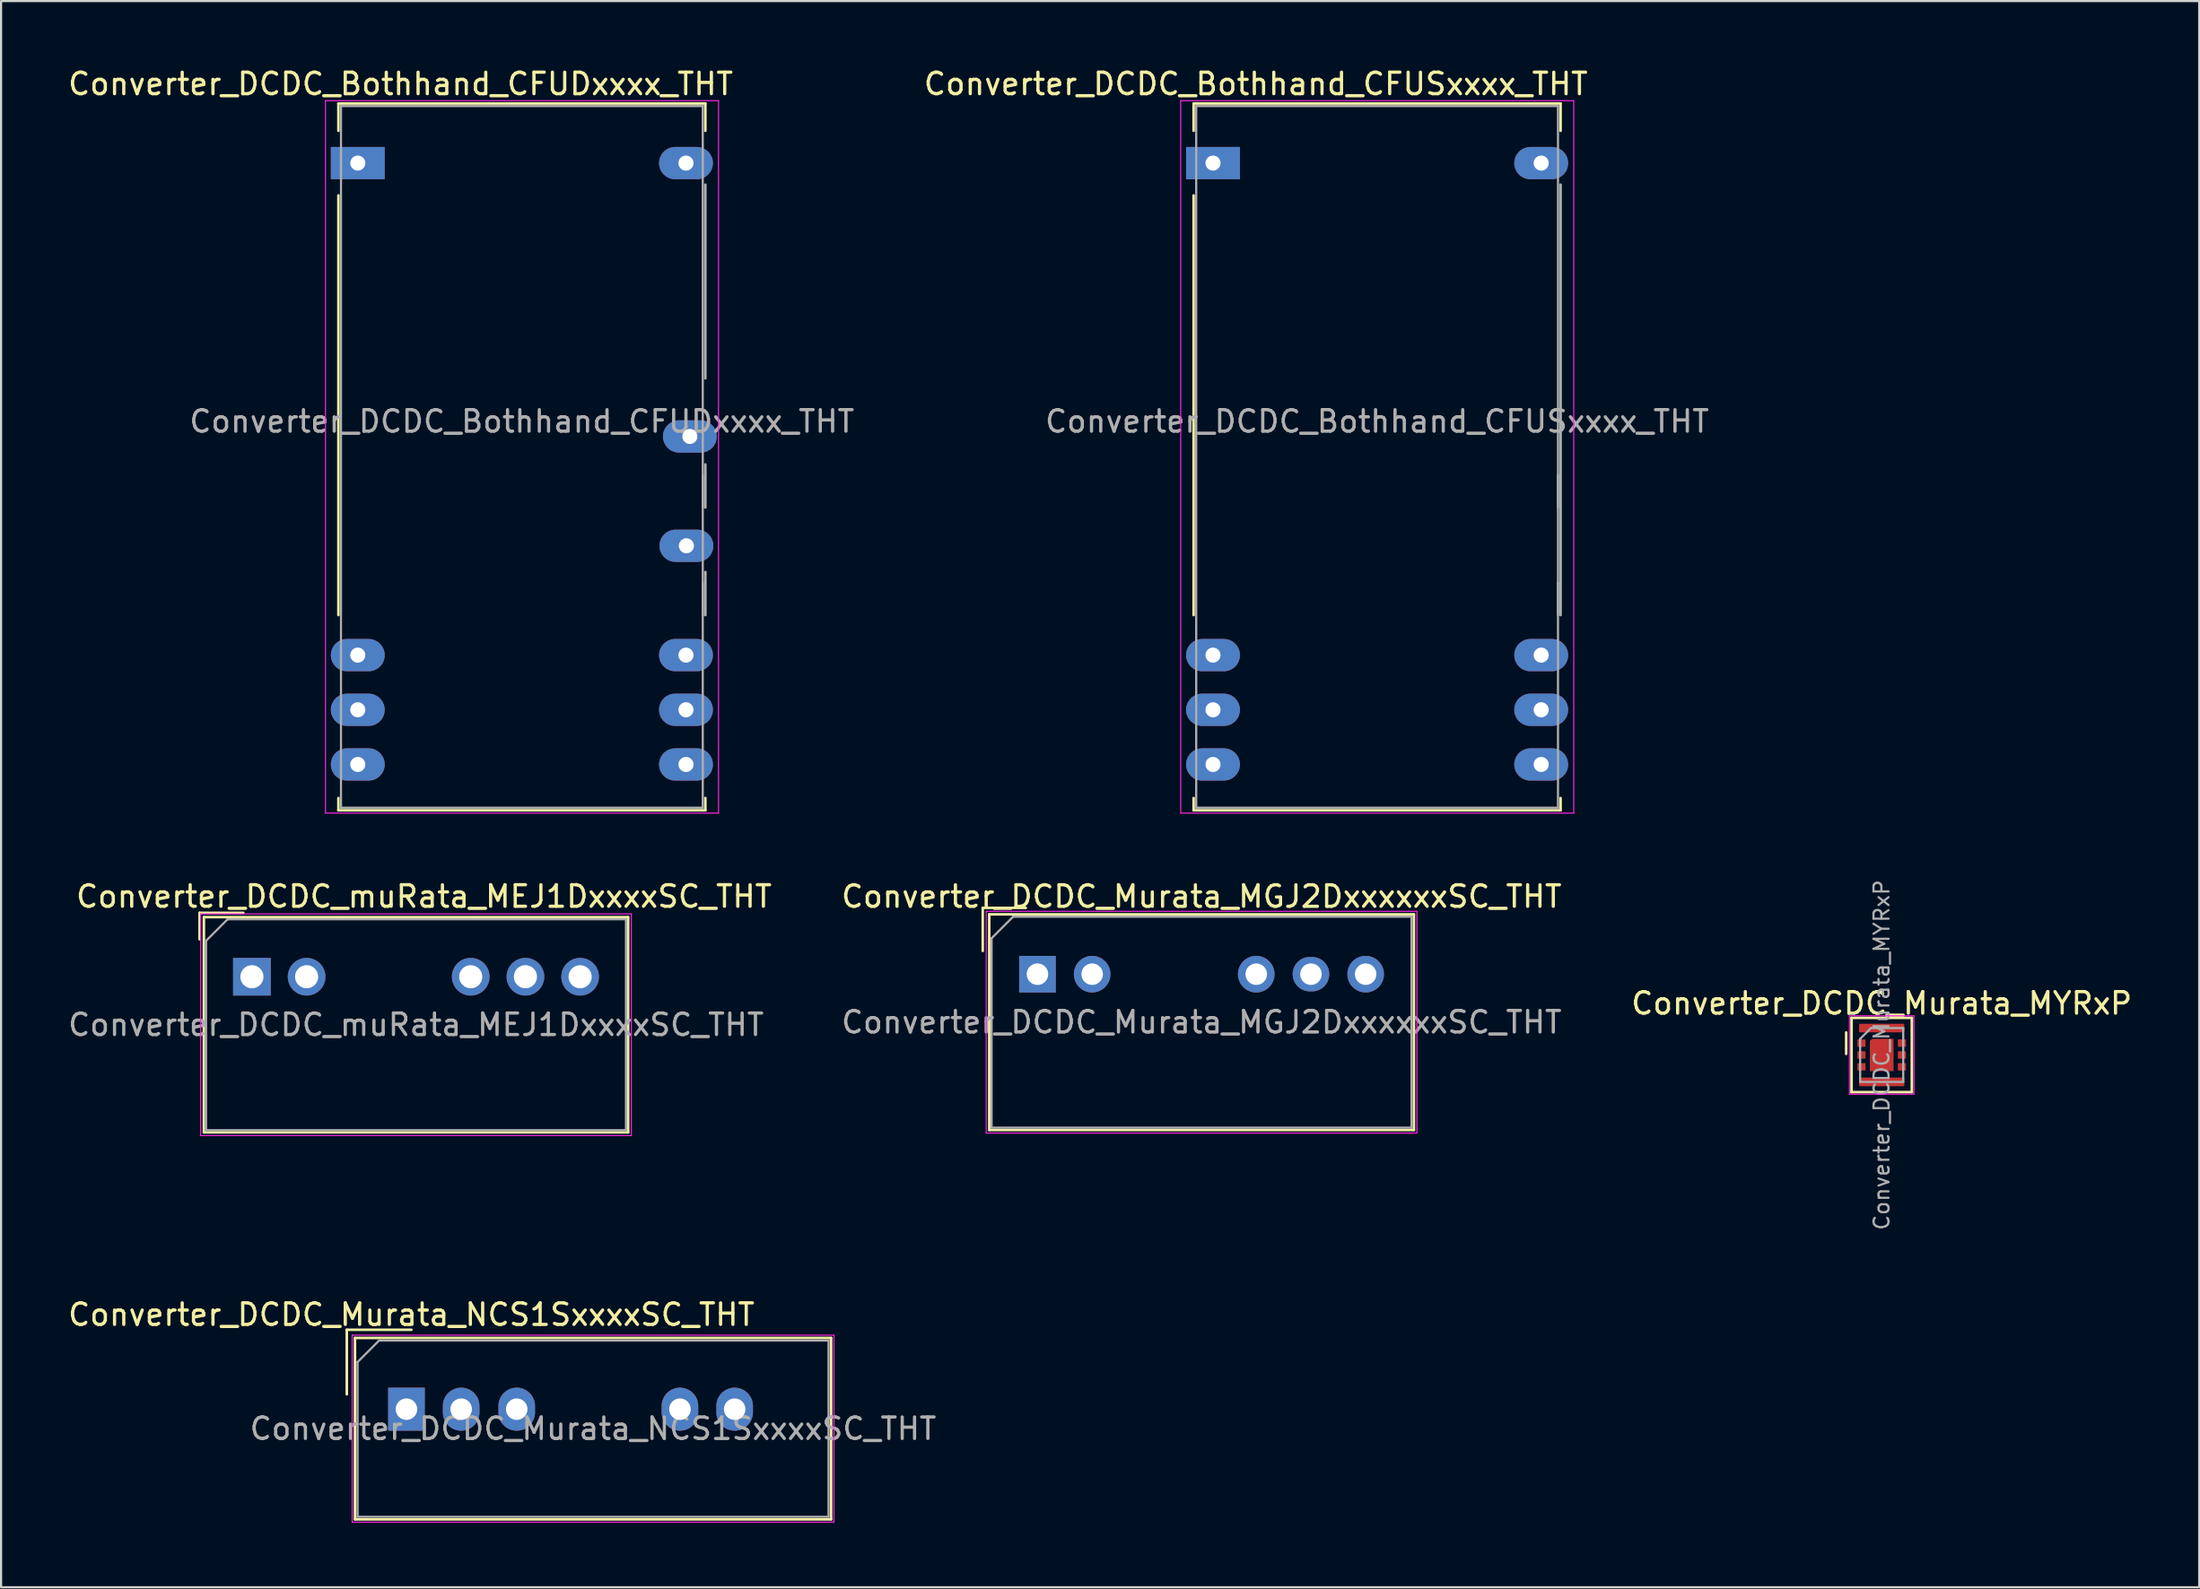
<source format=kicad_pcb>
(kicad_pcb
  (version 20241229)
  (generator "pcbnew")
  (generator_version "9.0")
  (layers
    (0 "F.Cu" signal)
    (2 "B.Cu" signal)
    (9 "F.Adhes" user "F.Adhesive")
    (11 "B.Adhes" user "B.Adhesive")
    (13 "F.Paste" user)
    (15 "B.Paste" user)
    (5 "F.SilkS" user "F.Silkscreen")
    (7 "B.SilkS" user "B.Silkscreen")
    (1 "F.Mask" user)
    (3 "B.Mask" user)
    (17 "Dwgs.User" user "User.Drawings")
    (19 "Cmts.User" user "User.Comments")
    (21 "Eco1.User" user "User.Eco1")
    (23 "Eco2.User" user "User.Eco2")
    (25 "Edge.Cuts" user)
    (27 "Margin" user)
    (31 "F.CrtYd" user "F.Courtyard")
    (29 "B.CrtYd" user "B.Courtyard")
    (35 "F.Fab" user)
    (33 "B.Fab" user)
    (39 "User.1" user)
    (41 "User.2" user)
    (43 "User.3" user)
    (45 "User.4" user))
  (footprint "Converter_DCDC_Bothhand_CFUDxxxx_THT"
    (layer "F.Cu")
    (at 13.564 4.528)
    (property "Reference" "Converter_DCDC_Bothhand_CFUDxxxx_THT" (at 1.99 -3.68 0) (layer "F.SilkS") (effects (font (size 1 1) (thickness 0.15))))
    (attr through_hole)
    (fp_line (start -0.9 -2.77) (end 16.14 -2.77) (stroke (width 0.12) (type solid)) (layer "F.SilkS"))
    (fp_line (start -0.9 -1.5) (end -0.9 -2.77) (stroke (width 0.12) (type solid)) (layer "F.SilkS"))
    (fp_line (start -0.9 1.5) (end -0.9 21) (stroke (width 0.12) (type solid)) (layer "F.SilkS"))
    (fp_line (start -0.9 29.5) (end -0.9 30.07) (stroke (width 0.12) (type solid)) (layer "F.SilkS"))
    (fp_line (start -0.9 30.07) (end 16.14 30.07) (stroke (width 0.12) (type solid)) (layer "F.SilkS"))
    (fp_line (start 16.14 -2.77) (end 16.14 -1.5) (stroke (width 0.12) (type solid)) (layer "F.SilkS"))
    (fp_line (start 16.14 30.07) (end 16.14 29.5) (stroke (width 0.12) (type solid)) (layer "F.SilkS"))
    (fp_line (start -1.5 -2.9) (end -1.5 30.2) (stroke (width 0.05) (type solid)) (layer "F.CrtYd"))
    (fp_line (start -1.5 -2.9) (end 16.75 -2.9) (stroke (width 0.05) (type solid)) (layer "F.CrtYd"))
    (fp_line (start -1.5 30.2) (end 16.75 30.2) (stroke (width 0.05) (type solid)) (layer "F.CrtYd"))
    (fp_line (start 16.75 -2.9) (end 16.75 30.2) (stroke (width 0.05) (type solid)) (layer "F.CrtYd"))
    (fp_line (start -0.78 -2.65) (end 16.02 -2.65) (stroke (width 0.1) (type solid)) (layer "F.Fab"))
    (fp_line (start -0.78 29.95) (end -0.78 -2.65) (stroke (width 0.1) (type solid)) (layer "F.Fab"))
    (fp_line (start 16.02 -2.65) (end 16.02 29.95) (stroke (width 0.1) (type solid)) (layer "F.Fab"))
    (fp_line (start 16.02 14.5) (end 16.02 16) (stroke (width 0.1) (type solid)) (layer "F.Fab"))
    (fp_line (start 16.02 19.5) (end 16.02 21) (stroke (width 0.1) (type solid)) (layer "F.Fab"))
    (fp_line (start 16.02 29.95) (end -0.78 29.95) (stroke (width 0.1) (type solid)) (layer "F.Fab"))
    (fp_line (start 16.14 1) (end 16.14 10) (stroke (width 0.12) (type solid)) (layer "F.Fab"))
    (fp_line (start 16.14 14) (end 16.14 16) (stroke (width 0.12) (type solid)) (layer "F.Fab"))
    (fp_line (start 16.14 19) (end 16.14 21) (stroke (width 0.12) (type solid)) (layer "F.Fab"))
    (fp_text user "${REFERENCE}" (at 7.62 12 0) (layer "F.Fab") (effects (font (size 1 1) (thickness 0.15))))
    (pad "1" thru_hole rect (at 0 0) (size 2.5 1.5) (drill 0.7) (layers "*.Cu" "*.Mask"))
    (pad "10" thru_hole oval (at 0 22.86) (size 2.5 1.5) (drill 0.7) (layers "*.Cu" "*.Mask"))
    (pad "11" thru_hole oval (at 0 25.4) (size 2.5 1.5) (drill 0.7) (layers "*.Cu" "*.Mask"))
    (pad "12" thru_hole oval (at 0 27.94) (size 2.5 1.5) (drill 0.7) (layers "*.Cu" "*.Mask"))
    (pad "13" thru_hole oval (at 15.24 27.94) (size 2.5 1.5) (drill 0.7) (layers "*.Cu" "*.Mask"))
    (pad "14" thru_hole oval (at 15.24 25.4) (size 2.5 1.5) (drill 0.7) (layers "*.Cu" "*.Mask"))
    (pad "15" thru_hole oval (at 15.24 22.86) (size 2.5 1.5) (drill 0.7) (layers "*.Cu" "*.Mask"))
    (pad "17" thru_hole oval (at 15.26 17.78) (size 2.5 1.5) (drill 0.7) (layers "*.Cu" "*.Mask"))
    (pad "19" thru_hole oval (at 15.42 12.7) (size 2.5 1.5) (drill 0.7) (layers "*.Cu" "*.Mask"))
    (pad "24" thru_hole oval (at 15.24 0) (size 2.5 1.5) (drill 0.7) (layers "*.Cu" "*.Mask")))
  (footprint "Converter_DCDC_Murata_MGJ2DxxxxxxSC_THT"
    (layer "F.Cu")
    (at 45.125 42.212)
    (property "Reference" "Converter_DCDC_Murata_MGJ2DxxxxxxSC_THT" (at 7.62 -3.61 0) (layer "F.SilkS") (effects (font (size 1 1) (thickness 0.15))))
    (attr through_hole)
    (fp_line (start -2.54 -3.08) (end -0.54 -3.08) (stroke (width 0.12) (type solid)) (layer "F.SilkS"))
    (fp_line (start -2.54 -1.08) (end -2.54 -3.08) (stroke (width 0.12) (type solid)) (layer "F.SilkS"))
    (fp_line (start -2.24 -2.78) (end -2.24 7.24) (stroke (width 0.12) (type solid)) (layer "F.SilkS"))
    (fp_line (start -2.24 -2.78) (end 17.48 -2.78) (stroke (width 0.12) (type solid)) (layer "F.SilkS"))
    (fp_line (start -2.24 7.24) (end 17.48 7.24) (stroke (width 0.12) (type solid)) (layer "F.SilkS"))
    (fp_line (start 17.48 -2.78) (end 17.48 7.24) (stroke (width 0.12) (type solid)) (layer "F.SilkS"))
    (fp_line (start -2.38 -2.92) (end -2.38 7.38) (stroke (width 0.05) (type solid)) (layer "F.CrtYd"))
    (fp_line (start -2.38 -2.92) (end 17.62 -2.92) (stroke (width 0.05) (type solid)) (layer "F.CrtYd"))
    (fp_line (start -2.38 7.38) (end 17.62 7.38) (stroke (width 0.05) (type solid)) (layer "F.CrtYd"))
    (fp_line (start 17.62 -2.92) (end 17.62 7.38) (stroke (width 0.05) (type solid)) (layer "F.CrtYd"))
    (fp_line (start -2.13 -1.67) (end -1.13 -2.67) (stroke (width 0.1) (type solid)) (layer "F.Fab"))
    (fp_line (start -2.13 7.13) (end -2.13 -1.67) (stroke (width 0.1) (type solid)) (layer "F.Fab"))
    (fp_line (start -1.13 -2.67) (end 17.37 -2.67) (stroke (width 0.1) (type solid)) (layer "F.Fab"))
    (fp_line (start 17.37 -2.67) (end 17.37 7.13) (stroke (width 0.1) (type solid)) (layer "F.Fab"))
    (fp_line (start 17.37 7.13) (end -2.13 7.13) (stroke (width 0.1) (type solid)) (layer "F.Fab"))
    (fp_text user "${REFERENCE}" (at 7.62 2.23 0) (layer "F.Fab") (effects (font (size 1 1) (thickness 0.15))))
    (pad "1" thru_hole rect (at 0 0) (size 1.7 1.7) (drill 1) (layers "*.Cu" "*.Mask"))
    (pad "2" thru_hole oval (at 2.54 0) (size 1.7 1.7) (drill 1) (layers "*.Cu" "*.Mask"))
    (pad "5" thru_hole oval (at 10.16 0) (size 1.7 1.7) (drill 1) (layers "*.Cu" "*.Mask"))
    (pad "6" thru_hole oval (at 12.7 0) (size 1.7 1.6) (drill 1) (layers "*.Cu" "*.Mask"))
    (pad "7" thru_hole oval (at 15.24 0) (size 1.7 1.7) (drill 1) (layers "*.Cu" "*.Mask")))
  (footprint "Converter_DCDC_Bothhand_CFUSxxxx_THT"
    (layer "F.Cu")
    (at 53.277 4.528)
    (property "Reference" "Converter_DCDC_Bothhand_CFUSxxxx_THT" (at 1.99 -3.68 0) (layer "F.SilkS") (effects (font (size 1 1) (thickness 0.15))))
    (attr through_hole)
    (fp_line (start -0.9 -2.77) (end 16.14 -2.77) (stroke (width 0.12) (type solid)) (layer "F.SilkS"))
    (fp_line (start -0.9 -1.5) (end -0.9 -2.77) (stroke (width 0.12) (type solid)) (layer "F.SilkS"))
    (fp_line (start -0.9 1.5) (end -0.9 21) (stroke (width 0.12) (type solid)) (layer "F.SilkS"))
    (fp_line (start -0.9 29.5) (end -0.9 30.07) (stroke (width 0.12) (type solid)) (layer "F.SilkS"))
    (fp_line (start -0.9 30.07) (end 16.14 30.07) (stroke (width 0.12) (type solid)) (layer "F.SilkS"))
    (fp_line (start 16.14 -2.77) (end 16.14 -1.5) (stroke (width 0.12) (type solid)) (layer "F.SilkS"))
    (fp_line (start 16.14 30.07) (end 16.14 29.5) (stroke (width 0.12) (type solid)) (layer "F.SilkS"))
    (fp_line (start -1.5 -2.9) (end -1.5 30.2) (stroke (width 0.05) (type solid)) (layer "F.CrtYd"))
    (fp_line (start -1.5 -2.9) (end 16.75 -2.9) (stroke (width 0.05) (type solid)) (layer "F.CrtYd"))
    (fp_line (start -1.5 30.2) (end 16.75 30.2) (stroke (width 0.05) (type solid)) (layer "F.CrtYd"))
    (fp_line (start 16.75 -2.9) (end 16.75 30.2) (stroke (width 0.05) (type solid)) (layer "F.CrtYd"))
    (fp_line (start -0.78 -2.65) (end 16.02 -2.65) (stroke (width 0.1) (type solid)) (layer "F.Fab"))
    (fp_line (start -0.78 29.95) (end -0.78 -2.65) (stroke (width 0.1) (type solid)) (layer "F.Fab"))
    (fp_line (start 16.02 -2.65) (end 16.02 29.95) (stroke (width 0.1) (type solid)) (layer "F.Fab"))
    (fp_line (start 16.02 14.5) (end 16.02 16) (stroke (width 0.1) (type solid)) (layer "F.Fab"))
    (fp_line (start 16.02 19.5) (end 16.02 21) (stroke (width 0.1) (type solid)) (layer "F.Fab"))
    (fp_line (start 16.02 29.95) (end -0.78 29.95) (stroke (width 0.1) (type solid)) (layer "F.Fab"))
    (fp_line (start 16.14 1) (end 16.14 21) (stroke (width 0.12) (type solid)) (layer "F.Fab"))
    (fp_text user "${REFERENCE}" (at 7.62 12 0) (layer "F.Fab") (effects (font (size 1 1) (thickness 0.15))))
    (pad "1" thru_hole rect (at 0 0) (size 2.5 1.5) (drill 0.7) (layers "*.Cu" "*.Mask"))
    (pad "10" thru_hole oval (at 0 22.86) (size 2.5 1.5) (drill 0.7) (layers "*.Cu" "*.Mask"))
    (pad "11" thru_hole oval (at 0 25.4) (size 2.5 1.5) (drill 0.7) (layers "*.Cu" "*.Mask"))
    (pad "12" thru_hole oval (at 0 27.94) (size 2.5 1.5) (drill 0.7) (layers "*.Cu" "*.Mask"))
    (pad "13" thru_hole oval (at 15.24 27.94) (size 2.5 1.5) (drill 0.7) (layers "*.Cu" "*.Mask"))
    (pad "14" thru_hole oval (at 15.24 25.4) (size 2.5 1.5) (drill 0.7) (layers "*.Cu" "*.Mask"))
    (pad "15" thru_hole oval (at 15.24 22.86) (size 2.5 1.5) (drill 0.7) (layers "*.Cu" "*.Mask"))
    (pad "24" thru_hole oval (at 15.24 0) (size 2.5 1.5) (drill 0.7) (layers "*.Cu" "*.Mask")))
  (footprint "Converter_DCDC_Murata_NCS1SxxxxSC_THT"
    (layer "F.Cu")
    (at 15.824 62.423)
    (property "Reference" "Converter_DCDC_Murata_NCS1SxxxxSC_THT" (at 0.23 -4.395 0) (layer "F.SilkS") (effects (font (size 1 1) (thickness 0.15))))
    (attr through_hole)
    (fp_line (start -2.77 -3.69) (end 0.23 -3.69) (stroke (width 0.12) (type solid)) (layer "F.SilkS"))
    (fp_line (start -2.77 -0.69) (end -2.77 -3.69) (stroke (width 0.12) (type solid)) (layer "F.SilkS"))
    (fp_line (start -2.39 -3.31) (end -2.39 5.12) (stroke (width 0.12) (type solid)) (layer "F.SilkS"))
    (fp_line (start -2.39 -3.31) (end 19.72 -3.31) (stroke (width 0.12) (type solid)) (layer "F.SilkS"))
    (fp_line (start -2.39 5.12) (end 19.72 5.12) (stroke (width 0.12) (type solid)) (layer "F.SilkS"))
    (fp_line (start 19.72 -3.31) (end 19.72 5.12) (stroke (width 0.12) (type solid)) (layer "F.SilkS"))
    (fp_line (start -2.52 -3.44) (end -2.52 5.25) (stroke (width 0.05) (type solid)) (layer "F.CrtYd"))
    (fp_line (start -2.52 -3.44) (end 19.85 -3.44) (stroke (width 0.05) (type solid)) (layer "F.CrtYd"))
    (fp_line (start -2.52 5.25) (end 19.85 5.25) (stroke (width 0.05) (type solid)) (layer "F.CrtYd"))
    (fp_line (start 19.85 -3.44) (end 19.85 5.25) (stroke (width 0.05) (type solid)) (layer "F.CrtYd"))
    (fp_line (start -2.27 -2.19) (end -1.27 -3.19) (stroke (width 0.1) (type solid)) (layer "F.Fab"))
    (fp_line (start -2.27 5) (end -2.27 -2.19) (stroke (width 0.1) (type solid)) (layer "F.Fab"))
    (fp_line (start -1.27 -3.19) (end 19.6 -3.19) (stroke (width 0.1) (type solid)) (layer "F.Fab"))
    (fp_line (start 19.6 -3.19) (end 19.6 5) (stroke (width 0.1) (type solid)) (layer "F.Fab"))
    (fp_line (start 19.6 5) (end -2.27 5) (stroke (width 0.1) (type solid)) (layer "F.Fab"))
    (fp_text user "" (at -3 0 0) (layer "F.SilkS") (effects (font (size 1 1) (thickness 0.15))))
    (fp_text user "${REFERENCE}" (at 8.665 0.905 0) (layer "F.Fab") (effects (font (size 1 1) (thickness 0.15))))
    (pad "1" thru_hole rect (at 0 0) (size 1.7 2) (drill 1) (layers "*.Cu" "*.Mask"))
    (pad "2" thru_hole oval (at 2.54 0) (size 1.7 2) (drill 1) (layers "*.Cu" "*.Mask"))
    (pad "3" thru_hole oval (at 5.12 0) (size 1.7 2) (drill 1) (layers "*.Cu" "*.Mask"))
    (pad "6" thru_hole oval (at 12.7 0) (size 1.7 2) (drill 1) (layers "*.Cu" "*.Mask"))
    (pad "7" thru_hole oval (at 15.24 0) (size 1.7 2) (drill 1) (layers "*.Cu" "*.Mask")))
  (footprint "Converter_DCDC_Murata_MYRxP"
    (layer "F.Cu")
    (at 84.328 45.967)
    (property "Reference" "Converter_DCDC_Murata_MYRxP" (at 0 -2.4 0) (layer "F.SilkS") (effects (font (size 1 1) (thickness 0.15))))
    (attr smd)
    (fp_line (start -1.65 -1.05) (end -1.65 -0.05) (stroke (width 0.12) (type default)) (layer "F.SilkS"))
    (fp_line (start -1.4 -1.725) (end -1.4 1.725) (stroke (width 0.12) (type default)) (layer "F.SilkS"))
    (fp_line (start -1.4 1.725) (end 1.4 1.725) (stroke (width 0.12) (type default)) (layer "F.SilkS"))
    (fp_line (start 1.4 -1.725) (end -1.4 -1.725) (stroke (width 0.12) (type default)) (layer "F.SilkS"))
    (fp_line (start 1.4 1.725) (end 1.4 -1.725) (stroke (width 0.12) (type default)) (layer "F.SilkS"))
    (fp_line (start -1.5 -1.82) (end -1.5 1.82) (stroke (width 0.05) (type default)) (layer "F.CrtYd"))
    (fp_line (start 1.5 -1.82) (end -1.5 -1.82) (stroke (width 0.05) (type default)) (layer "F.CrtYd"))
    (fp_line (start 1.5 -1.82) (end 1.5 1.82) (stroke (width 0.05) (type default)) (layer "F.CrtYd"))
    (fp_line (start 1.5 1.82) (end -1.5 1.82) (stroke (width 0.05) (type default)) (layer "F.CrtYd"))
    (fp_line (start -1 1.25) (end -1 -0.75) (stroke (width 0.1) (type default)) (layer "F.Fab"))
    (fp_line (start -0.5 -1.25) (end -1 -0.75) (stroke (width 0.1) (type default)) (layer "F.Fab"))
    (fp_line (start -0.5 -1.25) (end 1 -1.25) (stroke (width 0.1) (type default)) (layer "F.Fab"))
    (fp_line (start 1 -1.25) (end 1 1.25) (stroke (width 0.1) (type default)) (layer "F.Fab"))
    (fp_line (start 1 1.25) (end -1 1.25) (stroke (width 0.1) (type default)) (layer "F.Fab"))
    (fp_text user "${REFERENCE}" (at 0 0 270) (layer "F.Fab") (effects (font (size 0.7 0.7) (thickness 0.1))))
    (pad "" smd roundrect (at -0.95 -0.55) (size 0.3 0.3) (layers "F.Paste") (roundrect_rratio 0.1))
    (pad "" smd roundrect (at -0.95 0) (size 0.3 0.3) (layers "F.Paste") (roundrect_rratio 0.1))
    (pad "" smd roundrect (at -0.95 0.55) (size 0.3 0.3) (layers "F.Paste") (roundrect_rratio 0.1))
    (pad "" smd roundrect (at 0 -1.263) (size 2.05 0.325) (layers "F.Paste") (roundrect_rratio 0.1))
    (pad "" smd roundrect (at 0 -0.45) (size 0.9 0.4) (layers "F.Paste") (roundrect_rratio 0.1))
    (pad "" smd roundrect (at 0 0.45) (size 0.9 0.4) (layers "F.Paste") (roundrect_rratio 0.1))
    (pad "" smd roundrect (at 0 1.263) (size 2.05 0.325) (layers "F.Paste") (roundrect_rratio 0.1))
    (pad "" smd roundrect (at 0.95 -0.55) (size 0.3 0.3) (layers "F.Paste") (roundrect_rratio 0.1))
    (pad "" smd roundrect (at 0.95 0) (size 0.3 0.3) (layers "F.Paste") (roundrect_rratio 0.1))
    (pad "" smd roundrect (at 0.95 0.55) (size 0.3 0.3) (layers "F.Paste") (roundrect_rratio 0.1))
    (pad "1" smd roundrect (at -0.938 -0.55 270) (size 0.35 0.375) (layers "F.Cu" "F.Mask") (roundrect_rratio 0.1))
    (pad "2" smd roundrect (at -0.938 0 270) (size 0.35 0.375) (layers "F.Cu" "F.Mask") (roundrect_rratio 0.1))
    (pad "3" smd roundrect (at -0.938 0.55 270) (size 0.35 0.375) (layers "F.Cu" "F.Mask") (roundrect_rratio 0.1))
    (pad "4" smd roundrect (at 0.938 0.55 270) (size 0.35 0.375) (layers "F.Cu" "F.Mask") (roundrect_rratio 0.1))
    (pad "5" smd roundrect (at 0.938 0 270) (size 0.35 0.375) (layers "F.Cu" "F.Mask") (roundrect_rratio 0.1))
    (pad "6" smd roundrect (at 0.938 -0.55 270) (size 0.35 0.375) (layers "F.Cu" "F.Mask") (roundrect_rratio 0.1))
    (pad "7" smd roundrect (at 0 -1.25 270) (size 0.4 2.1) (layers "F.Cu" "F.Mask") (roundrect_rratio 0.1))
    (pad "8" smd roundrect (at 0 1.25 270) (size 0.4 2.1) (layers "F.Cu" "F.Mask") (roundrect_rratio 0.1))
    (pad "9" smd roundrect (at 0 0 270) (size 1.5 1.1) (layers "F.Cu" "F.Mask") (roundrect_rratio 0) (chamfer_ratio 0.091) (chamfer bottom_left)))
  (footprint "Converter_DCDC_muRata_MEJ1DxxxxSC_THT"
    (layer "F.Cu")
    (at 8.648 42.331)
    (property "Reference" "Converter_DCDC_muRata_MEJ1DxxxxSC_THT" (at 7.99 -3.73 0) (layer "F.SilkS") (effects (font (size 1 1) (thickness 0.15))))
    (attr through_hole)
    (fp_line (start -2.43 -2.97) (end -2.43 -1.74) (stroke (width 0.12) (type solid)) (layer "F.SilkS"))
    (fp_line (start -2.43 -2.97) (end -0.4 -2.97) (stroke (width 0.12) (type solid)) (layer "F.SilkS"))
    (fp_line (start -2.23 -2.77) (end -2.23 7.23) (stroke (width 0.12) (type solid)) (layer "F.SilkS"))
    (fp_line (start -2.23 7.23) (end 17.47 7.23) (stroke (width 0.12) (type solid)) (layer "F.SilkS"))
    (fp_line (start 17.47 -2.77) (end -2.23 -2.77) (stroke (width 0.12) (type solid)) (layer "F.SilkS"))
    (fp_line (start 17.47 7.23) (end 17.47 -2.77) (stroke (width 0.12) (type solid)) (layer "F.SilkS"))
    (fp_line (start -2.38 -2.92) (end -2.38 7.38) (stroke (width 0.05) (type solid)) (layer "F.CrtYd"))
    (fp_line (start 17.62 -2.92) (end -2.38 -2.92) (stroke (width 0.05) (type solid)) (layer "F.CrtYd"))
    (fp_line (start 17.62 7.38) (end -2.38 7.38) (stroke (width 0.05) (type solid)) (layer "F.CrtYd"))
    (fp_line (start 17.62 7.38) (end 17.62 -2.92) (stroke (width 0.05) (type solid)) (layer "F.CrtYd"))
    (fp_line (start -2.13 -1.67) (end -2.13 7.13) (stroke (width 0.1) (type solid)) (layer "F.Fab"))
    (fp_line (start -1.13 -2.67) (end -2.13 -1.67) (stroke (width 0.1) (type solid)) (layer "F.Fab"))
    (fp_line (start 17.37 -2.67) (end -1.13 -2.67) (stroke (width 0.1) (type solid)) (layer "F.Fab"))
    (fp_line (start 17.37 -2.67) (end 17.37 7.13) (stroke (width 0.1) (type solid)) (layer "F.Fab"))
    (fp_line (start 17.37 7.13) (end -2.13 7.13) (stroke (width 0.1) (type solid)) (layer "F.Fab"))
    (fp_text user "${REFERENCE}" (at 7.62 2.23 180) (layer "F.Fab") (effects (font (size 1 1) (thickness 0.15))))
    (pad "1" thru_hole rect (at 0 0) (size 1.75 1.75) (drill 1.075) (layers "*.Cu" "*.Mask"))
    (pad "2" thru_hole oval (at 2.54 0) (size 1.75 1.75) (drill 1.075) (layers "*.Cu" "*.Mask"))
    (pad "5" thru_hole oval (at 10.16 0) (size 1.75 1.75) (drill 1.075) (layers "*.Cu" "*.Mask"))
    (pad "6" thru_hole oval (at 12.7 0) (size 1.75 1.75) (drill 1.075) (layers "*.Cu" "*.Mask"))
    (pad "7" thru_hole oval (at 15.24 0) (size 1.75 1.75) (drill 1.075) (layers "*.Cu" "*.Mask")))
  (gr_rect
    (start -3 -3)
    (end 99.072 70.698)
    (stroke (width 0.1) (type default))
    (fill no)
    (layer "Edge.Cuts")))
</source>
